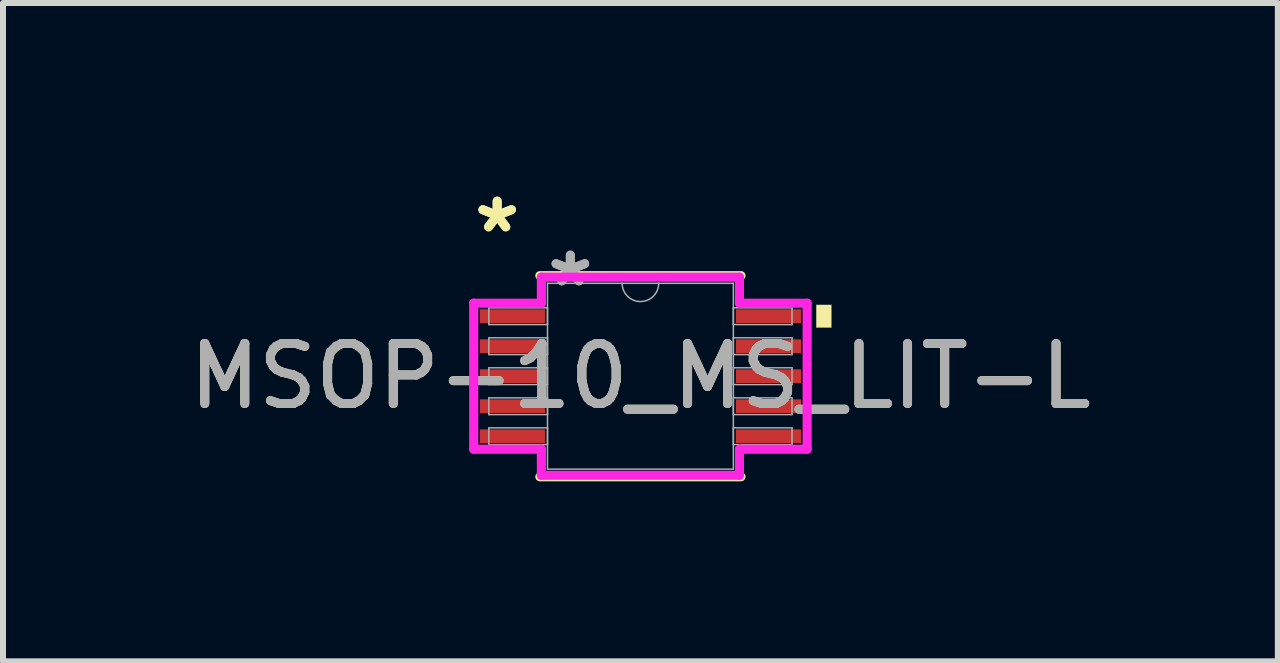
<source format=kicad_pcb>
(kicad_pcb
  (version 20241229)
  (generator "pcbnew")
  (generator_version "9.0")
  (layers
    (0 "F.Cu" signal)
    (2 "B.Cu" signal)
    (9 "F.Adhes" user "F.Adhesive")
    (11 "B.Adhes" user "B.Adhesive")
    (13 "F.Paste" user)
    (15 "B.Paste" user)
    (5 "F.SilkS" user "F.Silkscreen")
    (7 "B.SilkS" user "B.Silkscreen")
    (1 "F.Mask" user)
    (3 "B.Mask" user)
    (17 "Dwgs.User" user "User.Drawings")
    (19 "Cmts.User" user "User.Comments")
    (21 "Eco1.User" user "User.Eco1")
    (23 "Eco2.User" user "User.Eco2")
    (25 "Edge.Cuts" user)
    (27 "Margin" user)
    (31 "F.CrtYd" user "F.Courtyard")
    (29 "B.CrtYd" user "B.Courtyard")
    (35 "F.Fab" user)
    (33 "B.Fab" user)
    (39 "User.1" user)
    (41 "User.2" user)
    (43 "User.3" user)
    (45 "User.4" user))
  (footprint "MSOP-10_MS_LIT-L"
    (layer "F.Cu")
    (at 7.625 3.221)
    (property "Reference" "MSOP-10_MS_LIT-L" (at 0 0 0) (unlocked yes) (layer "F.SilkS") (effects (font (size 1 1) (thickness 0.15))))
    (attr smd)
    (fp_line (start -1.676 1.676) (end 1.676 1.676) (stroke (width 0.152) (type solid)) (layer "F.SilkS"))
    (fp_line (start 1.676 -1.676) (end -1.676 -1.676) (stroke (width 0.152) (type solid)) (layer "F.SilkS"))
    (fp_poly (pts (xy 3.185 -1.191) (xy 3.185 -0.81) (xy 2.931 -0.81) (xy 2.931 -1.191)) (stroke (width 0) (type solid)) (fill yes) (layer "F.SilkS"))
    (fp_line (start -2.779 -1.217) (end -1.651 -1.217) (stroke (width 0.152) (type solid)) (layer "F.CrtYd"))
    (fp_line (start -2.779 1.217) (end -2.779 -1.217) (stroke (width 0.152) (type solid)) (layer "F.CrtYd"))
    (fp_line (start -2.779 1.217) (end -1.651 1.217) (stroke (width 0.152) (type solid)) (layer "F.CrtYd"))
    (fp_line (start -1.651 -1.651) (end 1.651 -1.651) (stroke (width 0.152) (type solid)) (layer "F.CrtYd"))
    (fp_line (start -1.651 -1.217) (end -1.651 -1.651) (stroke (width 0.152) (type solid)) (layer "F.CrtYd"))
    (fp_line (start -1.651 1.651) (end -1.651 1.217) (stroke (width 0.152) (type solid)) (layer "F.CrtYd"))
    (fp_line (start 1.651 -1.651) (end 1.651 -1.217) (stroke (width 0.152) (type solid)) (layer "F.CrtYd"))
    (fp_line (start 1.651 1.217) (end 1.651 1.651) (stroke (width 0.152) (type solid)) (layer "F.CrtYd"))
    (fp_line (start 1.651 1.651) (end -1.651 1.651) (stroke (width 0.152) (type solid)) (layer "F.CrtYd"))
    (fp_line (start 2.779 -1.217) (end 1.651 -1.217) (stroke (width 0.152) (type solid)) (layer "F.CrtYd"))
    (fp_line (start 2.779 -1.217) (end 2.779 1.217) (stroke (width 0.152) (type solid)) (layer "F.CrtYd"))
    (fp_line (start 2.779 1.217) (end 1.651 1.217) (stroke (width 0.152) (type solid)) (layer "F.CrtYd"))
    (fp_line (start -2.527 -1.14) (end -2.527 -0.861) (stroke (width 0.025) (type solid)) (layer "F.Fab"))
    (fp_line (start -2.527 -0.861) (end -1.549 -0.861) (stroke (width 0.025) (type solid)) (layer "F.Fab"))
    (fp_line (start -2.527 -0.64) (end -2.527 -0.361) (stroke (width 0.025) (type solid)) (layer "F.Fab"))
    (fp_line (start -2.527 -0.361) (end -1.549 -0.361) (stroke (width 0.025) (type solid)) (layer "F.Fab"))
    (fp_line (start -2.527 -0.14) (end -2.527 0.14) (stroke (width 0.025) (type solid)) (layer "F.Fab"))
    (fp_line (start -2.527 0.14) (end -1.549 0.14) (stroke (width 0.025) (type solid)) (layer "F.Fab"))
    (fp_line (start -2.527 0.361) (end -2.527 0.64) (stroke (width 0.025) (type solid)) (layer "F.Fab"))
    (fp_line (start -2.527 0.64) (end -1.549 0.64) (stroke (width 0.025) (type solid)) (layer "F.Fab"))
    (fp_line (start -2.527 0.861) (end -2.527 1.14) (stroke (width 0.025) (type solid)) (layer "F.Fab"))
    (fp_line (start -2.527 1.14) (end -1.549 1.14) (stroke (width 0.025) (type solid)) (layer "F.Fab"))
    (fp_line (start -1.549 -1.549) (end -1.549 1.549) (stroke (width 0.025) (type solid)) (layer "F.Fab"))
    (fp_line (start -1.549 -1.14) (end -2.527 -1.14) (stroke (width 0.025) (type solid)) (layer "F.Fab"))
    (fp_line (start -1.549 -0.861) (end -1.549 -1.14) (stroke (width 0.025) (type solid)) (layer "F.Fab"))
    (fp_line (start -1.549 -0.64) (end -2.527 -0.64) (stroke (width 0.025) (type solid)) (layer "F.Fab"))
    (fp_line (start -1.549 -0.361) (end -1.549 -0.64) (stroke (width 0.025) (type solid)) (layer "F.Fab"))
    (fp_line (start -1.549 -0.14) (end -2.527 -0.14) (stroke (width 0.025) (type solid)) (layer "F.Fab"))
    (fp_line (start -1.549 0.14) (end -1.549 -0.14) (stroke (width 0.025) (type solid)) (layer "F.Fab"))
    (fp_line (start -1.549 0.361) (end -2.527 0.361) (stroke (width 0.025) (type solid)) (layer "F.Fab"))
    (fp_line (start -1.549 0.64) (end -1.549 0.361) (stroke (width 0.025) (type solid)) (layer "F.Fab"))
    (fp_line (start -1.549 0.861) (end -2.527 0.861) (stroke (width 0.025) (type solid)) (layer "F.Fab"))
    (fp_line (start -1.549 1.14) (end -1.549 0.861) (stroke (width 0.025) (type solid)) (layer "F.Fab"))
    (fp_line (start -1.549 1.549) (end 1.549 1.549) (stroke (width 0.025) (type solid)) (layer "F.Fab"))
    (fp_line (start 1.549 -1.549) (end -1.549 -1.549) (stroke (width 0.025) (type solid)) (layer "F.Fab"))
    (fp_line (start 1.549 -1.14) (end 1.549 -0.861) (stroke (width 0.025) (type solid)) (layer "F.Fab"))
    (fp_line (start 1.549 -0.861) (end 2.527 -0.861) (stroke (width 0.025) (type solid)) (layer "F.Fab"))
    (fp_line (start 1.549 -0.64) (end 1.549 -0.361) (stroke (width 0.025) (type solid)) (layer "F.Fab"))
    (fp_line (start 1.549 -0.361) (end 2.527 -0.361) (stroke (width 0.025) (type solid)) (layer "F.Fab"))
    (fp_line (start 1.549 -0.14) (end 1.549 0.14) (stroke (width 0.025) (type solid)) (layer "F.Fab"))
    (fp_line (start 1.549 0.14) (end 2.527 0.14) (stroke (width 0.025) (type solid)) (layer "F.Fab"))
    (fp_line (start 1.549 0.361) (end 1.549 0.64) (stroke (width 0.025) (type solid)) (layer "F.Fab"))
    (fp_line (start 1.549 0.64) (end 2.527 0.64) (stroke (width 0.025) (type solid)) (layer "F.Fab"))
    (fp_line (start 1.549 0.861) (end 1.549 1.14) (stroke (width 0.025) (type solid)) (layer "F.Fab"))
    (fp_line (start 1.549 1.14) (end 2.527 1.14) (stroke (width 0.025) (type solid)) (layer "F.Fab"))
    (fp_line (start 1.549 1.549) (end 1.549 -1.549) (stroke (width 0.025) (type solid)) (layer "F.Fab"))
    (fp_line (start 2.527 -1.14) (end 1.549 -1.14) (stroke (width 0.025) (type solid)) (layer "F.Fab"))
    (fp_line (start 2.527 -0.861) (end 2.527 -1.14) (stroke (width 0.025) (type solid)) (layer "F.Fab"))
    (fp_line (start 2.527 -0.64) (end 1.549 -0.64) (stroke (width 0.025) (type solid)) (layer "F.Fab"))
    (fp_line (start 2.527 -0.361) (end 2.527 -0.64) (stroke (width 0.025) (type solid)) (layer "F.Fab"))
    (fp_line (start 2.527 -0.14) (end 1.549 -0.14) (stroke (width 0.025) (type solid)) (layer "F.Fab"))
    (fp_line (start 2.527 0.14) (end 2.527 -0.14) (stroke (width 0.025) (type solid)) (layer "F.Fab"))
    (fp_line (start 2.527 0.361) (end 1.549 0.361) (stroke (width 0.025) (type solid)) (layer "F.Fab"))
    (fp_line (start 2.527 0.64) (end 2.527 0.361) (stroke (width 0.025) (type solid)) (layer "F.Fab"))
    (fp_line (start 2.527 0.861) (end 1.549 0.861) (stroke (width 0.025) (type solid)) (layer "F.Fab"))
    (fp_line (start 2.527 1.14) (end 2.527 0.861) (stroke (width 0.025) (type solid)) (layer "F.Fab"))
    (fp_arc (start 0.3048 -1.5494) (mid 0 -1.2446) (end -0.3048 -1.5494) (stroke (width 0.0254) (type solid)) (layer "F.Fab"))
    (fp_text user "*" (at -2.388 -2.373 0) (unlocked yes) (layer "F.SilkS") (effects (font (size 1 1) (thickness 0.15))))
    (fp_text user "*" (at -2.388 -2.373 0) (layer "F.SilkS") (effects (font (size 1 1) (thickness 0.15))))
    (fp_text user "*" (at -1.168 -1.473 0) (unlocked yes) (layer "F.Fab") (effects (font (size 1 1) (thickness 0.15))))
    (fp_text user "*" (at -1.168 -1.473 0) (layer "F.Fab") (effects (font (size 1 1) (thickness 0.15))))
    (fp_text user "${REFERENCE}" (at 0 0 0) (unlocked yes) (layer "F.Fab") (effects (font (size 1 1) (thickness 0.15))))
    (pad "1" smd rect (at -2.134 -1.001) (size 1.086 0.229) (layers "F.Cu" "F.Mask" "F.Paste"))
    (pad "2" smd rect (at -2.134 -0.5) (size 1.086 0.229) (layers "F.Cu" "F.Mask" "F.Paste"))
    (pad "3" smd rect (at -2.134 0) (size 1.086 0.229) (layers "F.Cu" "F.Mask" "F.Paste"))
    (pad "4" smd rect (at -2.134 0.5) (size 1.086 0.229) (layers "F.Cu" "F.Mask" "F.Paste"))
    (pad "5" smd rect (at -2.134 1.001) (size 1.086 0.229) (layers "F.Cu" "F.Mask" "F.Paste"))
    (pad "6" smd rect (at 2.134 1.001) (size 1.086 0.229) (layers "F.Cu" "F.Mask" "F.Paste"))
    (pad "7" smd rect (at 2.134 0.5) (size 1.086 0.229) (layers "F.Cu" "F.Mask" "F.Paste"))
    (pad "8" smd rect (at 2.134 0) (size 1.086 0.229) (layers "F.Cu" "F.Mask" "F.Paste"))
    (pad "9" smd rect (at 2.134 -0.5) (size 1.086 0.229) (layers "F.Cu" "F.Mask" "F.Paste"))
    (pad "10" smd rect (at 2.134 -1.001) (size 1.086 0.229) (layers "F.Cu" "F.Mask" "F.Paste")))
  (gr_rect
    (start -3 -3)
    (end 18.25 7.974)
    (stroke (width 0.1) (type default))
    (fill no)
    (layer "Edge.Cuts")))
</source>
